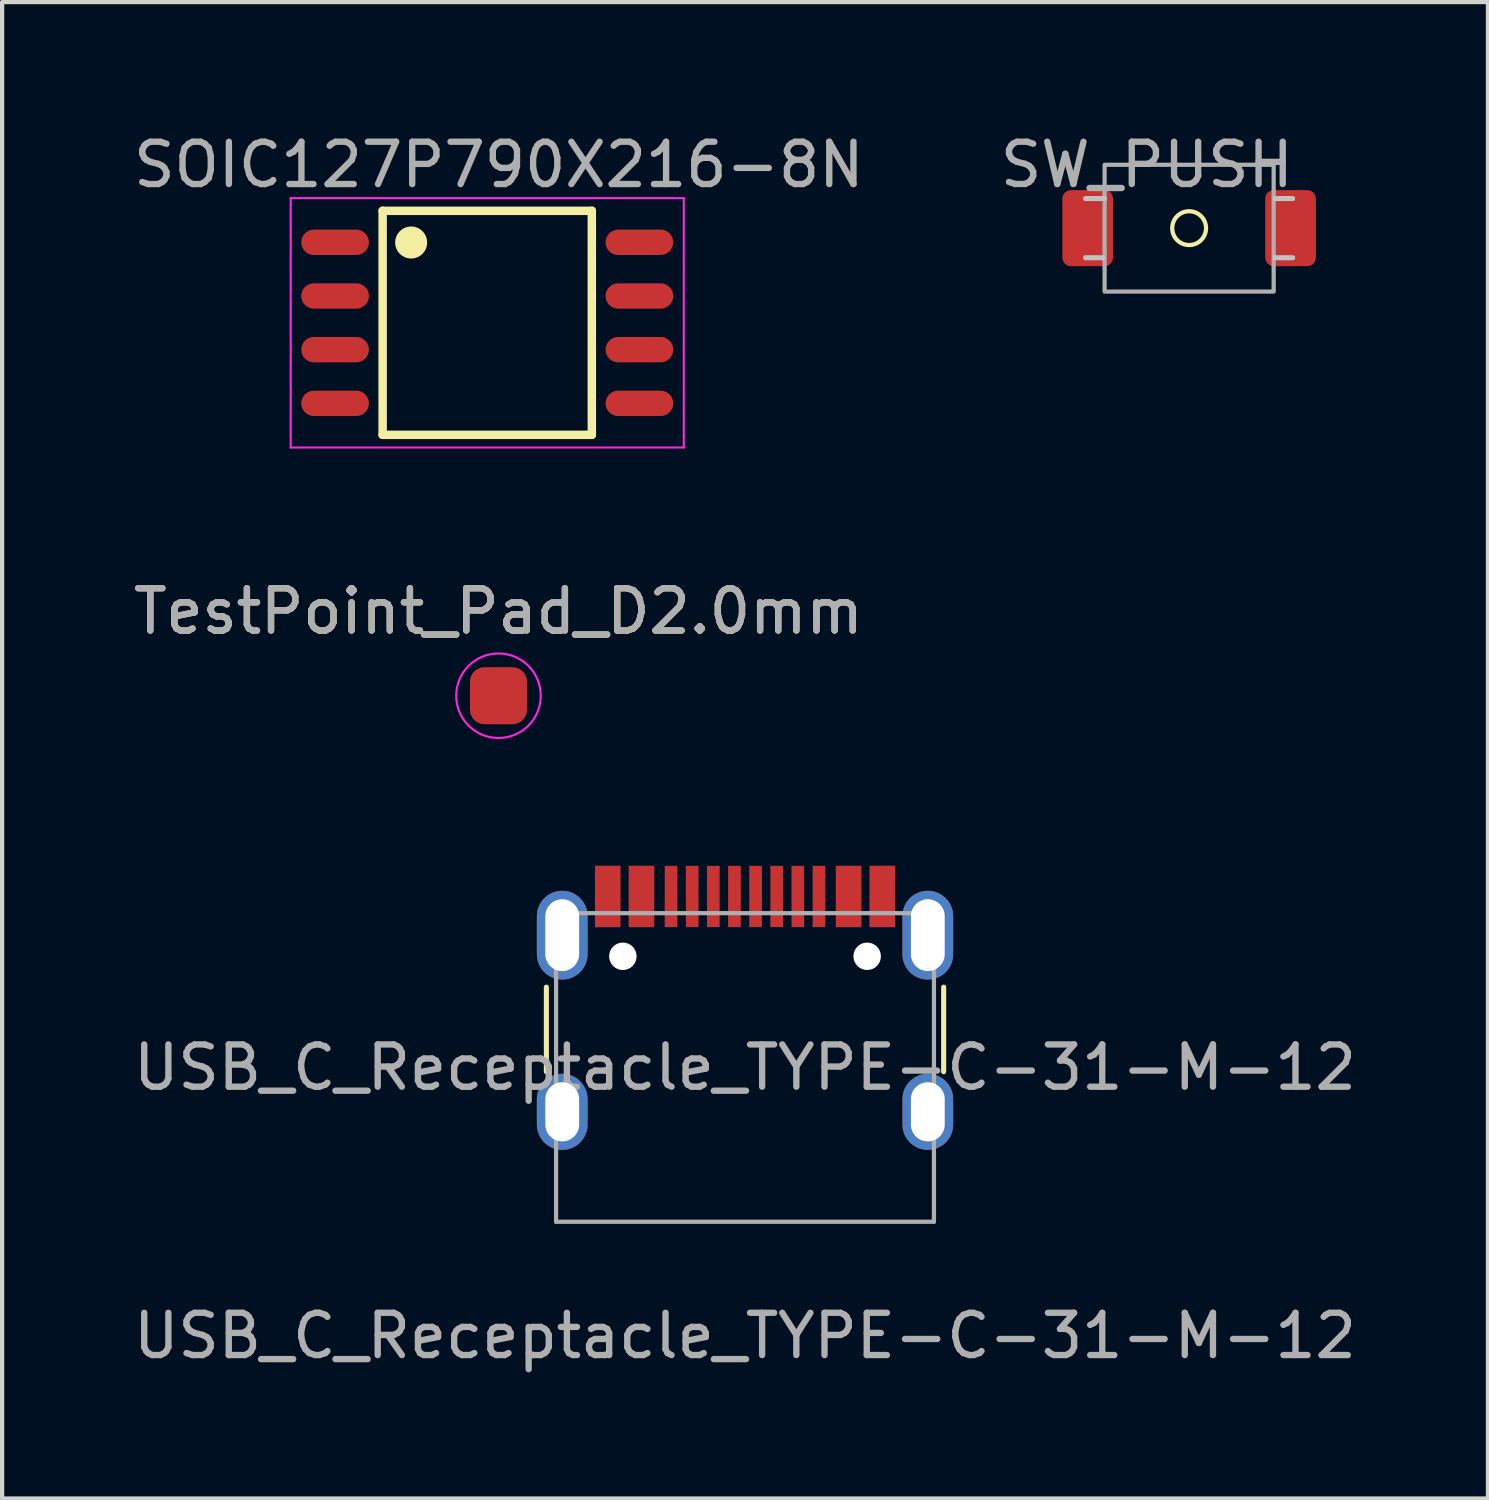
<source format=kicad_pcb>
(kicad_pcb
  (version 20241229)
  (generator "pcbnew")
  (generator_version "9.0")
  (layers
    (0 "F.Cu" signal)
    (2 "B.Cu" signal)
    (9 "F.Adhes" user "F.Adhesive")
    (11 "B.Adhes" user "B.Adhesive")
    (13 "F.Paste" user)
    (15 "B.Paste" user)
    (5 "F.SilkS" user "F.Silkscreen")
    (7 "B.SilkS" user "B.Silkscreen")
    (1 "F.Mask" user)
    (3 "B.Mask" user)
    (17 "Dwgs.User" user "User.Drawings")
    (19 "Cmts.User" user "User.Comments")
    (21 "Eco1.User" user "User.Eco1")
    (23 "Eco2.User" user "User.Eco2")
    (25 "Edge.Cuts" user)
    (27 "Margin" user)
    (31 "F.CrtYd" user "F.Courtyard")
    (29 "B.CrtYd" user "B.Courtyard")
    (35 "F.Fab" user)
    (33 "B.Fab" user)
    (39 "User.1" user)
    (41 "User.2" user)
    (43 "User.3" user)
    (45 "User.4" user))
  (footprint "TestPoint_Pad_D2.0mm"
    (layer "F.Cu")
    (at 8.744 13.411)
    (property "Reference" "TestPoint_Pad_D2.0mm" (at 0 -1.998 0) (layer "F.SilkS") (effects (font (size 1 1) (thickness 0.15))))
    (attr exclude_from_pos_files exclude_from_bom)
    (fp_circle (center 0 0) (end 1 0) (stroke (width 0.05) (type solid)) (fill no) (layer "F.CrtYd"))
    (fp_text user "${REFERENCE}" (at 0 -2 0) (layer "F.Fab") (effects (font (size 1 1) (thickness 0.15))))
    (pad "1" smd roundrect (at 0 0 180) (size 1.35 1.35) (layers "F.Cu" "F.Mask") (roundrect_rratio 0.25)))
  (footprint "SOIC127P790X216-8N"
    (layer "F.Cu")
    (at 8.478 4.588)
    (property "Reference" "SOIC127P790X216-8N" (at 0.275 -3.739 0) (layer "F.Fab") (effects (font (size 1.001 1.001) (thickness 0.15))))
    (attr smd)
    (fp_line (start -2.475 -2.65) (end 2.475 -2.65) (stroke (width 0.2) (type solid)) (layer "F.SilkS"))
    (fp_line (start -2.475 2.65) (end -2.475 -2.65) (stroke (width 0.2) (type solid)) (layer "F.SilkS"))
    (fp_line (start 2.475 -2.65) (end 2.475 2.65) (stroke (width 0.2) (type solid)) (layer "F.SilkS"))
    (fp_line (start 2.475 2.65) (end -2.475 2.65) (stroke (width 0.2) (type solid)) (layer "F.SilkS"))
    (fp_circle (center -1.8 -1.9) (end -1.7 -1.9) (stroke (width 0.127) (type solid)) (fill no) (layer "F.SilkS"))
    (fp_circle (center -1.8 -1.9) (end -1.659 -1.9) (stroke (width 0.127) (type solid)) (fill no) (layer "F.SilkS"))
    (fp_circle (center -1.8 -1.9) (end -1.576 -1.9) (stroke (width 0.127) (type solid)) (fill no) (layer "F.SilkS"))
    (fp_circle (center -1.8 -1.9) (end -1.484 -1.9) (stroke (width 0.127) (type solid)) (fill no) (layer "F.SilkS"))
    (fp_circle (center -1.8 -1.8) (end -1.7 -1.8) (stroke (width 0.127) (type solid)) (fill no) (layer "F.SilkS"))
    (fp_line (start -4.65 -2.95) (end 4.65 -2.95) (stroke (width 0.05) (type solid)) (layer "F.CrtYd"))
    (fp_line (start -4.65 2.95) (end -4.65 -2.95) (stroke (width 0.05) (type solid)) (layer "F.CrtYd"))
    (fp_line (start 4.65 -2.95) (end 4.65 2.95) (stroke (width 0.05) (type solid)) (layer "F.CrtYd"))
    (fp_line (start 4.65 2.95) (end -4.65 2.95) (stroke (width 0.05) (type solid)) (layer "F.CrtYd"))
    (pad "1" smd oval (at -3.6 -1.905) (size 1.6 0.6) (layers "F.Cu" "F.Mask" "F.Paste"))
    (pad "2" smd oval (at -3.6 -0.635) (size 1.6 0.6) (layers "F.Cu" "F.Mask" "F.Paste"))
    (pad "3" smd oval (at -3.6 0.635) (size 1.6 0.6) (layers "F.Cu" "F.Mask" "F.Paste"))
    (pad "4" smd oval (at -3.6 1.905) (size 1.6 0.6) (layers "F.Cu" "F.Mask" "F.Paste"))
    (pad "5" smd oval (at 3.6 1.905) (size 1.6 0.6) (layers "F.Cu" "F.Mask" "F.Paste"))
    (pad "6" smd oval (at 3.6 0.635) (size 1.6 0.6) (layers "F.Cu" "F.Mask" "F.Paste"))
    (pad "7" smd oval (at 3.6 -0.635) (size 1.6 0.6) (layers "F.Cu" "F.Mask" "F.Paste"))
    (pad "8" smd oval (at 3.6 -1.905) (size 1.6 0.6) (layers "F.Cu" "F.Mask" "F.Paste")))
  (footprint "SW_PUSH"
    (layer "F.Cu")
    (at 25.085 2.348)
    (property "Reference" "SW_PUSH" (at -1 -1.5 0) (layer "F.Fab") (effects (font (size 1 1) (thickness 0.15))))
    (attr through_hole)
    (fp_circle (center 0 0) (end 0.4 0) (stroke (width 0.1) (type solid)) (fill no) (layer "F.SilkS"))
    (fp_line (start -2.45 -0.7) (end -2 -0.7) (stroke (width 0.12) (type solid)) (layer "Dwgs.User"))
    (fp_line (start -2.45 0.7) (end -2.032 0.7) (stroke (width 0.12) (type solid)) (layer "Dwgs.User"))
    (fp_line (start 2.45 -0.7) (end 2.032 -0.7) (stroke (width 0.12) (type solid)) (layer "Dwgs.User"))
    (fp_line (start 2.45 0.7) (end 2.032 0.7) (stroke (width 0.12) (type solid)) (layer "Dwgs.User"))
    (fp_rect (start -2 -1.5) (end 2 1.5) (stroke (width 0.1) (type solid)) (fill no) (layer "F.Fab"))
    (pad "1" smd roundrect (at -2.4 0) (size 1.2 1.8) (layers "F.Cu" "F.Mask" "F.Paste") (roundrect_rratio 0.167))
    (pad "2" smd roundrect (at 2.4 0) (size 1.2 1.8) (layers "F.Cu" "F.Mask" "F.Paste") (roundrect_rratio 0.167)))
  (footprint "USB_C_Receptacle_TYPE-C-31-M-12"
    (layer "F.Cu")
    (at 14.577 22.206)
    (property "Reference" "USB_C_Receptacle_TYPE-C-31-M-12" (at 0 6.35 180) (layer "F.Fab") (effects (font (size 1 1) (thickness 0.15))))
    (attr smd)
    (fp_line (start -4.7 -1.9) (end -4.7 0.1) (stroke (width 0.12) (type solid)) (layer "F.SilkS"))
    (fp_line (start 4.7 -1.9) (end 4.7 0.1) (stroke (width 0.12) (type solid)) (layer "F.SilkS"))
    (fp_line (start -4.47 -3.65) (end -4.47 3.65) (stroke (width 0.1) (type solid)) (layer "F.Fab"))
    (fp_line (start -4.47 -3.65) (end 4.47 -3.65) (stroke (width 0.1) (type solid)) (layer "F.Fab"))
    (fp_line (start -4.47 3.65) (end 4.47 3.65) (stroke (width 0.1) (type solid)) (layer "F.Fab"))
    (fp_line (start 4.47 -3.65) (end 4.47 3.65) (stroke (width 0.1) (type solid)) (layer "F.Fab"))
    (fp_text user "${REFERENCE}" (at 0 0 180) (layer "F.Fab") (effects (font (size 1 1) (thickness 0.15))))
    (pad "" np_thru_hole circle (at -2.89 -2.63) (size 0.65 0.65) (drill 0.65) (layers "*.Cu" "*.Mask"))
    (pad "" np_thru_hole circle (at 2.89 -2.63) (size 0.65 0.65) (drill 0.65) (layers "*.Cu" "*.Mask"))
    (pad "A1" smd rect (at -3.25 -4.045) (size 0.6 1.45) (layers "F.Cu" "F.Mask" "F.Paste"))
    (pad "A4" smd rect (at -2.45 -4.045) (size 0.6 1.45) (layers "F.Cu" "F.Mask" "F.Paste"))
    (pad "A5" smd rect (at -1.25 -4.045) (size 0.3 1.45) (layers "F.Cu" "F.Mask" "F.Paste"))
    (pad "A6" smd rect (at -0.25 -4.045) (size 0.3 1.45) (layers "F.Cu" "F.Mask" "F.Paste"))
    (pad "A7" smd rect (at 0.25 -4.045) (size 0.3 1.45) (layers "F.Cu" "F.Mask" "F.Paste"))
    (pad "A8" smd rect (at 1.25 -4.045) (size 0.3 1.45) (layers "F.Cu" "F.Mask" "F.Paste"))
    (pad "A9" smd rect (at 2.45 -4.045) (size 0.6 1.45) (layers "F.Cu" "F.Mask" "F.Paste"))
    (pad "A12" smd rect (at 3.25 -4.045) (size 0.6 1.45) (layers "F.Cu" "F.Mask" "F.Paste"))
    (pad "B1" smd rect (at 3.25 -4.045) (size 0.6 1.45) (layers "F.Cu" "F.Mask" "F.Paste"))
    (pad "B4" smd rect (at 2.45 -4.045) (size 0.6 1.45) (layers "F.Cu" "F.Mask" "F.Paste"))
    (pad "B5" smd rect (at 1.75 -4.045) (size 0.3 1.45) (layers "F.Cu" "F.Mask" "F.Paste"))
    (pad "B6" smd rect (at 0.75 -4.045) (size 0.3 1.45) (layers "F.Cu" "F.Mask" "F.Paste"))
    (pad "B7" smd rect (at -0.75 -4.045) (size 0.3 1.45) (layers "F.Cu" "F.Mask" "F.Paste"))
    (pad "B8" smd rect (at -1.75 -4.045) (size 0.3 1.45) (layers "F.Cu" "F.Mask" "F.Paste"))
    (pad "B9" smd rect (at -2.45 -4.045) (size 0.6 1.45) (layers "F.Cu" "F.Mask" "F.Paste"))
    (pad "B12" smd rect (at -3.25 -4.045) (size 0.6 1.45) (layers "F.Cu" "F.Mask" "F.Paste"))
    (pad "S1" thru_hole oval (at -4.325 -3.13) (size 1.2 2.1) (drill oval 0.8 1.7) (layers "*.Cu" "*.Mask"))
    (pad "S1" thru_hole oval (at -4.325 1.05) (size 1.2 1.8) (drill oval 0.8 1.4) (layers "*.Cu" "*.Mask"))
    (pad "S1" thru_hole oval (at 4.325 -3.13) (size 1.2 2.1) (drill oval 0.8 1.7) (layers "*.Cu" "*.Mask"))
    (pad "S1" thru_hole oval (at 4.325 1.05) (size 1.2 1.8) (drill oval 0.8 1.4) (layers "*.Cu" "*.Mask")))
  (gr_rect
    (start -3 -3)
    (end 32.155 32.405)
    (stroke (width 0.1) (type default))
    (fill no)
    (layer "Edge.Cuts")))
</source>
